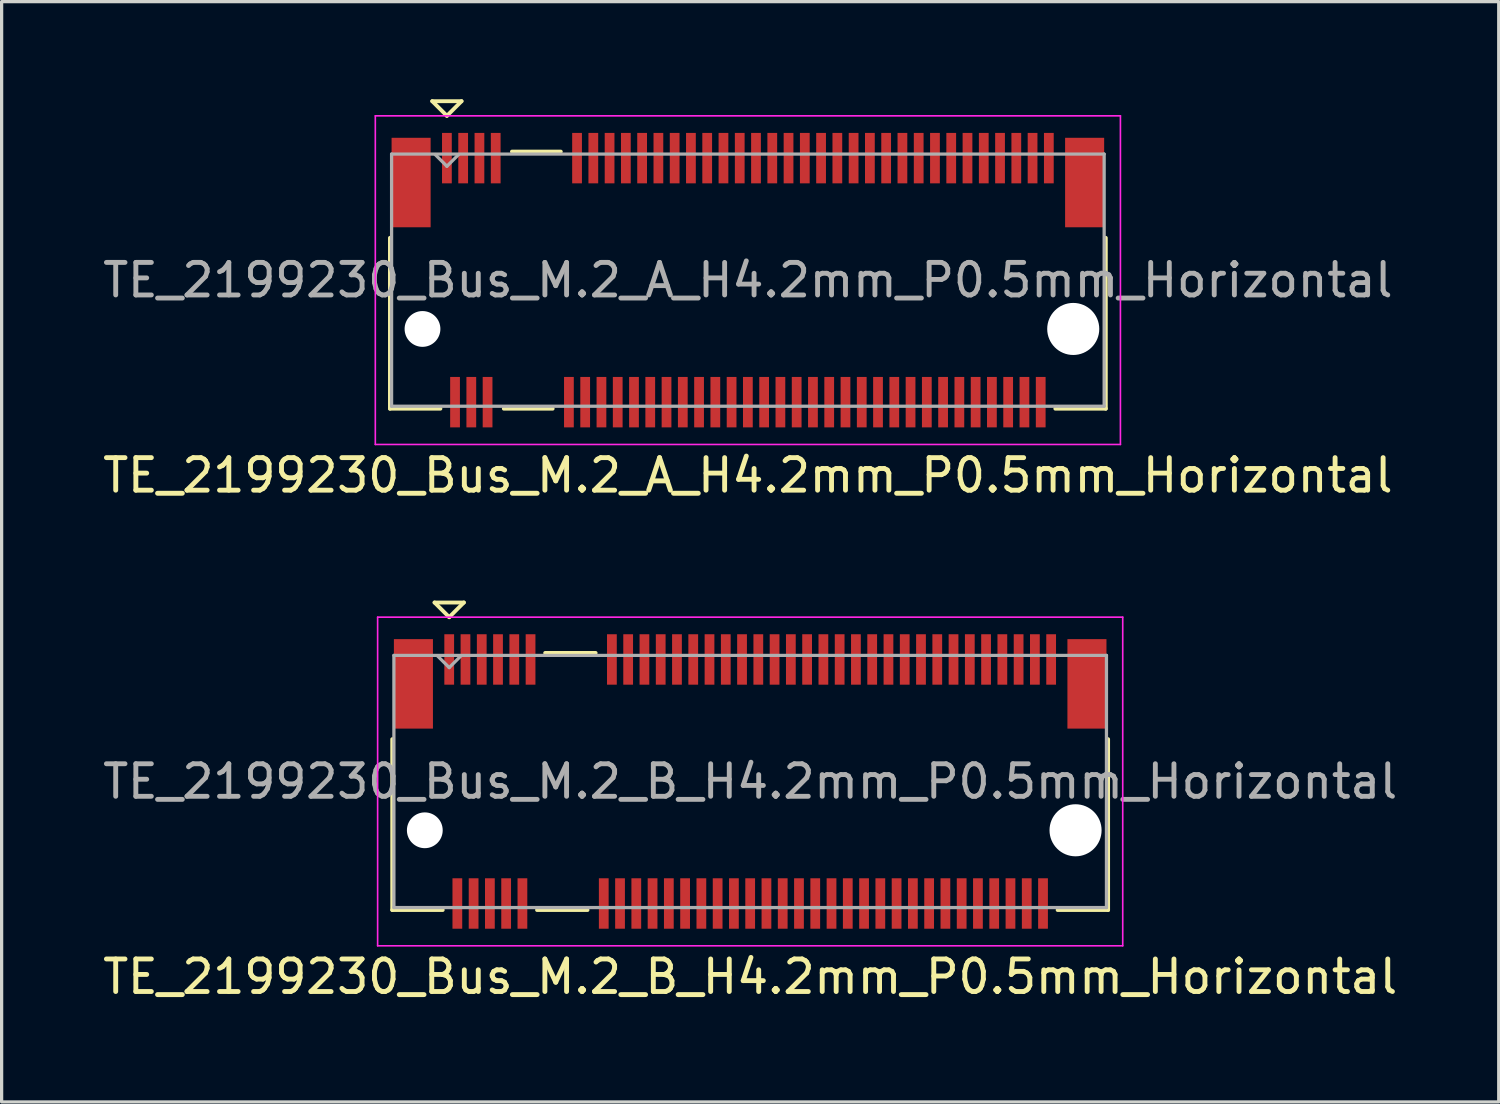
<source format=kicad_pcb>
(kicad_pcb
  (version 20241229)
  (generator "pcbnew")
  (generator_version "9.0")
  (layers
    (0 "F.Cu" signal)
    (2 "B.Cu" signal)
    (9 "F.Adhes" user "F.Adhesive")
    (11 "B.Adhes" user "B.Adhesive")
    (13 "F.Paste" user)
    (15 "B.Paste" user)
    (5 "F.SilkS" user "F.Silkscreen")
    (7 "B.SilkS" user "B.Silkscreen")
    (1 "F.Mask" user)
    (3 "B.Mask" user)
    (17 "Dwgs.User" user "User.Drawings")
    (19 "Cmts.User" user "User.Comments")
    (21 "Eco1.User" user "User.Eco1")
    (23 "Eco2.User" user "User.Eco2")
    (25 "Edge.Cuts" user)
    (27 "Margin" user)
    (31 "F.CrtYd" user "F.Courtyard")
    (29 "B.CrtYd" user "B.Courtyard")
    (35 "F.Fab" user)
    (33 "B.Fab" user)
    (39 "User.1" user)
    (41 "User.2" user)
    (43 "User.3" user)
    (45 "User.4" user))
  (footprint "TE_2199230_Bus_M.2_B_H4.2mm_P0.5mm_Horizontal"
    (layer "F.Cu")
    (at 20.006 20.968)
    (property "Reference" "TE_2199230_Bus_M.2_B_H4.2mm_P0.5mm_Horizontal" (at 0 6 0) (layer "F.SilkS") (effects (font (size 1 1) (thickness 0.15))))
    (attr smd)
    (fp_line (start -11 3.95) (end -11 -1.3) (stroke (width 0.12) (type solid)) (layer "F.SilkS"))
    (fp_line (start -9.7 -5.5) (end -8.8 -5.5) (stroke (width 0.12) (type solid)) (layer "F.SilkS"))
    (fp_line (start -9.45 3.95) (end -11 3.95) (stroke (width 0.12) (type solid)) (layer "F.SilkS"))
    (fp_line (start -9.25 -5.05) (end -9.7 -5.5) (stroke (width 0.12) (type solid)) (layer "F.SilkS"))
    (fp_line (start -8.8 -5.5) (end -9.25 -5.05) (stroke (width 0.12) (type solid)) (layer "F.SilkS"))
    (fp_line (start -5 3.95) (end -6.55 3.95) (stroke (width 0.12) (type solid)) (layer "F.SilkS"))
    (fp_line (start -4.75 -3.95) (end -6.3 -3.95) (stroke (width 0.12) (type solid)) (layer "F.SilkS"))
    (fp_line (start 11 -1.3) (end 11 3.95) (stroke (width 0.12) (type solid)) (layer "F.SilkS"))
    (fp_line (start 11 3.95) (end 9.45 3.95) (stroke (width 0.12) (type solid)) (layer "F.SilkS"))
    (fp_line (start -11.45 -5.05) (end 11.45 -5.05) (stroke (width 0.05) (type solid)) (layer "F.CrtYd"))
    (fp_line (start -11.45 5.05) (end -11.45 -5.05) (stroke (width 0.05) (type solid)) (layer "F.CrtYd"))
    (fp_line (start -11.45 5.05) (end 11.45 5.05) (stroke (width 0.05) (type solid)) (layer "F.CrtYd"))
    (fp_line (start 11.45 -5.05) (end 11.45 5.05) (stroke (width 0.05) (type solid)) (layer "F.CrtYd"))
    (fp_line (start -10.95 -3.875) (end -10.95 3.875) (stroke (width 0.1) (type solid)) (layer "F.Fab"))
    (fp_line (start -10.95 3.875) (end 10.95 3.875) (stroke (width 0.1) (type solid)) (layer "F.Fab"))
    (fp_line (start -9.25 -3.5) (end -9.61 -3.86) (stroke (width 0.1) (type solid)) (layer "F.Fab"))
    (fp_line (start -9.25 -3.5) (end -8.89 -3.86) (stroke (width 0.1) (type solid)) (layer "F.Fab"))
    (fp_line (start 10.95 -3.875) (end -10.95 -3.875) (stroke (width 0.1) (type solid)) (layer "F.Fab"))
    (fp_line (start 10.95 -3.875) (end 10.95 3.875) (stroke (width 0.1) (type solid)) (layer "F.Fab"))
    (fp_text user "${REFERENCE}" (at 0 0 0) (layer "F.Fab") (effects (font (size 1 1) (thickness 0.15))))
    (pad "" np_thru_hole circle (at -10 1.5) (size 1.1 1.1) (drill 1.1) (layers "*.Cu" "*.Mask"))
    (pad "" np_thru_hole circle (at 10 1.5) (size 1.6 1.6) (drill 1.6) (layers "*.Cu" "*.Mask"))
    (pad "1" smd rect (at -9.25 -3.75) (size 0.3 1.55) (layers "F.Cu" "F.Mask" "F.Paste"))
    (pad "2" smd rect (at -9 3.75) (size 0.3 1.55) (layers "F.Cu" "F.Mask" "F.Paste"))
    (pad "3" smd rect (at -8.75 -3.75) (size 0.3 1.55) (layers "F.Cu" "F.Mask" "F.Paste"))
    (pad "4" smd rect (at -8.5 3.75) (size 0.3 1.55) (layers "F.Cu" "F.Mask" "F.Paste"))
    (pad "5" smd rect (at -8.25 -3.75) (size 0.3 1.55) (layers "F.Cu" "F.Mask" "F.Paste"))
    (pad "6" smd rect (at -8 3.75) (size 0.3 1.55) (layers "F.Cu" "F.Mask" "F.Paste"))
    (pad "7" smd rect (at -7.75 -3.75) (size 0.3 1.55) (layers "F.Cu" "F.Mask" "F.Paste"))
    (pad "8" smd rect (at -7.5 3.75) (size 0.3 1.55) (layers "F.Cu" "F.Mask" "F.Paste"))
    (pad "9" smd rect (at -7.25 -3.75) (size 0.3 1.55) (layers "F.Cu" "F.Mask" "F.Paste"))
    (pad "10" smd rect (at -7 3.75) (size 0.3 1.55) (layers "F.Cu" "F.Mask" "F.Paste"))
    (pad "11" smd rect (at -6.75 -3.75) (size 0.3 1.55) (layers "F.Cu" "F.Mask" "F.Paste"))
    (pad "20" smd rect (at -4.5 3.75) (size 0.3 1.55) (layers "F.Cu" "F.Mask" "F.Paste"))
    (pad "21" smd rect (at -4.25 -3.75) (size 0.3 1.55) (layers "F.Cu" "F.Mask" "F.Paste"))
    (pad "22" smd rect (at -4 3.75) (size 0.3 1.55) (layers "F.Cu" "F.Mask" "F.Paste"))
    (pad "23" smd rect (at -3.75 -3.75) (size 0.3 1.55) (layers "F.Cu" "F.Mask" "F.Paste"))
    (pad "24" smd rect (at -3.5 3.75) (size 0.3 1.55) (layers "F.Cu" "F.Mask" "F.Paste"))
    (pad "25" smd rect (at -3.25 -3.75) (size 0.3 1.55) (layers "F.Cu" "F.Mask" "F.Paste"))
    (pad "26" smd rect (at -3 3.75) (size 0.3 1.55) (layers "F.Cu" "F.Mask" "F.Paste"))
    (pad "27" smd rect (at -2.75 -3.75) (size 0.3 1.55) (layers "F.Cu" "F.Mask" "F.Paste"))
    (pad "28" smd rect (at -2.5 3.75) (size 0.3 1.55) (layers "F.Cu" "F.Mask" "F.Paste"))
    (pad "29" smd rect (at -2.25 -3.75) (size 0.3 1.55) (layers "F.Cu" "F.Mask" "F.Paste"))
    (pad "30" smd rect (at -2 3.75) (size 0.3 1.55) (layers "F.Cu" "F.Mask" "F.Paste"))
    (pad "31" smd rect (at -1.75 -3.75) (size 0.3 1.55) (layers "F.Cu" "F.Mask" "F.Paste"))
    (pad "32" smd rect (at -1.5 3.75) (size 0.3 1.55) (layers "F.Cu" "F.Mask" "F.Paste"))
    (pad "33" smd rect (at -1.25 -3.75) (size 0.3 1.55) (layers "F.Cu" "F.Mask" "F.Paste"))
    (pad "34" smd rect (at -1 3.75) (size 0.3 1.55) (layers "F.Cu" "F.Mask" "F.Paste"))
    (pad "35" smd rect (at -0.75 -3.75) (size 0.3 1.55) (layers "F.Cu" "F.Mask" "F.Paste"))
    (pad "36" smd rect (at -0.5 3.75) (size 0.3 1.55) (layers "F.Cu" "F.Mask" "F.Paste"))
    (pad "37" smd rect (at -0.25 -3.75) (size 0.3 1.55) (layers "F.Cu" "F.Mask" "F.Paste"))
    (pad "38" smd rect (at 0 3.75) (size 0.3 1.55) (layers "F.Cu" "F.Mask" "F.Paste"))
    (pad "39" smd rect (at 0.25 -3.75) (size 0.3 1.55) (layers "F.Cu" "F.Mask" "F.Paste"))
    (pad "40" smd rect (at 0.5 3.75) (size 0.3 1.55) (layers "F.Cu" "F.Mask" "F.Paste"))
    (pad "41" smd rect (at 0.75 -3.75) (size 0.3 1.55) (layers "F.Cu" "F.Mask" "F.Paste"))
    (pad "42" smd rect (at 1 3.75) (size 0.3 1.55) (layers "F.Cu" "F.Mask" "F.Paste"))
    (pad "43" smd rect (at 1.25 -3.75) (size 0.3 1.55) (layers "F.Cu" "F.Mask" "F.Paste"))
    (pad "44" smd rect (at 1.5 3.75) (size 0.3 1.55) (layers "F.Cu" "F.Mask" "F.Paste"))
    (pad "45" smd rect (at 1.75 -3.75) (size 0.3 1.55) (layers "F.Cu" "F.Mask" "F.Paste"))
    (pad "46" smd rect (at 2 3.75) (size 0.3 1.55) (layers "F.Cu" "F.Mask" "F.Paste"))
    (pad "47" smd rect (at 2.25 -3.75) (size 0.3 1.55) (layers "F.Cu" "F.Mask" "F.Paste"))
    (pad "48" smd rect (at 2.5 3.75) (size 0.3 1.55) (layers "F.Cu" "F.Mask" "F.Paste"))
    (pad "49" smd rect (at 2.75 -3.75) (size 0.3 1.55) (layers "F.Cu" "F.Mask" "F.Paste"))
    (pad "50" smd rect (at 3 3.75) (size 0.3 1.55) (layers "F.Cu" "F.Mask" "F.Paste"))
    (pad "51" smd rect (at 3.25 -3.75) (size 0.3 1.55) (layers "F.Cu" "F.Mask" "F.Paste"))
    (pad "52" smd rect (at 3.5 3.75) (size 0.3 1.55) (layers "F.Cu" "F.Mask" "F.Paste"))
    (pad "53" smd rect (at 3.75 -3.75) (size 0.3 1.55) (layers "F.Cu" "F.Mask" "F.Paste"))
    (pad "54" smd rect (at 4 3.75) (size 0.3 1.55) (layers "F.Cu" "F.Mask" "F.Paste"))
    (pad "55" smd rect (at 4.25 -3.75) (size 0.3 1.55) (layers "F.Cu" "F.Mask" "F.Paste"))
    (pad "56" smd rect (at 4.5 3.75) (size 0.3 1.55) (layers "F.Cu" "F.Mask" "F.Paste"))
    (pad "57" smd rect (at 4.75 -3.75) (size 0.3 1.55) (layers "F.Cu" "F.Mask" "F.Paste"))
    (pad "58" smd rect (at 5 3.75) (size 0.3 1.55) (layers "F.Cu" "F.Mask" "F.Paste"))
    (pad "59" smd rect (at 5.25 -3.75) (size 0.3 1.55) (layers "F.Cu" "F.Mask" "F.Paste"))
    (pad "60" smd rect (at 5.5 3.75) (size 0.3 1.55) (layers "F.Cu" "F.Mask" "F.Paste"))
    (pad "61" smd rect (at 5.75 -3.75) (size 0.3 1.55) (layers "F.Cu" "F.Mask" "F.Paste"))
    (pad "62" smd rect (at 6 3.75) (size 0.3 1.55) (layers "F.Cu" "F.Mask" "F.Paste"))
    (pad "63" smd rect (at 6.25 -3.75) (size 0.3 1.55) (layers "F.Cu" "F.Mask" "F.Paste"))
    (pad "64" smd rect (at 6.5 3.75) (size 0.3 1.55) (layers "F.Cu" "F.Mask" "F.Paste"))
    (pad "65" smd rect (at 6.75 -3.75) (size 0.3 1.55) (layers "F.Cu" "F.Mask" "F.Paste"))
    (pad "66" smd rect (at 7 3.75) (size 0.3 1.55) (layers "F.Cu" "F.Mask" "F.Paste"))
    (pad "67" smd rect (at 7.25 -3.75) (size 0.3 1.55) (layers "F.Cu" "F.Mask" "F.Paste"))
    (pad "68" smd rect (at 7.5 3.75) (size 0.3 1.55) (layers "F.Cu" "F.Mask" "F.Paste"))
    (pad "69" smd rect (at 7.75 -3.75) (size 0.3 1.55) (layers "F.Cu" "F.Mask" "F.Paste"))
    (pad "70" smd rect (at 8 3.75) (size 0.3 1.55) (layers "F.Cu" "F.Mask" "F.Paste"))
    (pad "71" smd rect (at 8.25 -3.75) (size 0.3 1.55) (layers "F.Cu" "F.Mask" "F.Paste"))
    (pad "72" smd rect (at 8.5 3.75) (size 0.3 1.55) (layers "F.Cu" "F.Mask" "F.Paste"))
    (pad "73" smd rect (at 8.75 -3.75) (size 0.3 1.55) (layers "F.Cu" "F.Mask" "F.Paste"))
    (pad "74" smd rect (at 9 3.75) (size 0.3 1.55) (layers "F.Cu" "F.Mask" "F.Paste"))
    (pad "75" smd rect (at 9.25 -3.75) (size 0.3 1.55) (layers "F.Cu" "F.Mask" "F.Paste"))
    (pad "MP" smd rect (at -10.35 -3) (size 1.2 2.75) (layers "F.Cu" "F.Mask" "F.Paste"))
    (pad "MP" smd rect (at 10.35 -3) (size 1.2 2.75) (layers "F.Cu" "F.Mask" "F.Paste")))
  (footprint "TE_2199230_Bus_M.2_A_H4.2mm_P0.5mm_Horizontal"
    (layer "F.Cu")
    (at 19.935 5.56)
    (property "Reference" "TE_2199230_Bus_M.2_A_H4.2mm_P0.5mm_Horizontal" (at 0 6 0) (layer "F.SilkS") (effects (font (size 1 1) (thickness 0.15))))
    (attr smd)
    (fp_line (start -11 3.95) (end -11 -1.3) (stroke (width 0.12) (type solid)) (layer "F.SilkS"))
    (fp_line (start -9.7 -5.5) (end -8.8 -5.5) (stroke (width 0.12) (type solid)) (layer "F.SilkS"))
    (fp_line (start -9.45 3.95) (end -11 3.95) (stroke (width 0.12) (type solid)) (layer "F.SilkS"))
    (fp_line (start -9.25 -5.05) (end -9.7 -5.5) (stroke (width 0.12) (type solid)) (layer "F.SilkS"))
    (fp_line (start -8.8 -5.5) (end -9.25 -5.05) (stroke (width 0.12) (type solid)) (layer "F.SilkS"))
    (fp_line (start -6 3.95) (end -7.5 3.95) (stroke (width 0.12) (type solid)) (layer "F.SilkS"))
    (fp_line (start -5.75 -3.95) (end -7.25 -3.95) (stroke (width 0.12) (type solid)) (layer "F.SilkS"))
    (fp_line (start 11 -1.3) (end 11 3.95) (stroke (width 0.12) (type solid)) (layer "F.SilkS"))
    (fp_line (start 11 3.95) (end 9.45 3.95) (stroke (width 0.12) (type solid)) (layer "F.SilkS"))
    (fp_line (start -11.45 -5.05) (end 11.45 -5.05) (stroke (width 0.05) (type solid)) (layer "F.CrtYd"))
    (fp_line (start -11.45 5.05) (end -11.45 -5.05) (stroke (width 0.05) (type solid)) (layer "F.CrtYd"))
    (fp_line (start -11.45 5.05) (end 11.45 5.05) (stroke (width 0.05) (type solid)) (layer "F.CrtYd"))
    (fp_line (start 11.45 -5.05) (end 11.45 5.05) (stroke (width 0.05) (type solid)) (layer "F.CrtYd"))
    (fp_line (start -10.95 -3.875) (end -10.95 3.875) (stroke (width 0.1) (type solid)) (layer "F.Fab"))
    (fp_line (start -10.95 3.875) (end 10.95 3.875) (stroke (width 0.1) (type solid)) (layer "F.Fab"))
    (fp_line (start -9.25 -3.5) (end -9.61 -3.86) (stroke (width 0.1) (type solid)) (layer "F.Fab"))
    (fp_line (start -9.25 -3.5) (end -8.89 -3.86) (stroke (width 0.1) (type solid)) (layer "F.Fab"))
    (fp_line (start 10.95 -3.875) (end -10.95 -3.875) (stroke (width 0.1) (type solid)) (layer "F.Fab"))
    (fp_line (start 10.95 -3.875) (end 10.95 3.875) (stroke (width 0.1) (type solid)) (layer "F.Fab"))
    (fp_text user "${REFERENCE}" (at 0 0 0) (layer "F.Fab") (effects (font (size 1 1) (thickness 0.15))))
    (pad "" np_thru_hole circle (at -10 1.5) (size 1.1 1.1) (drill 1.1) (layers "*.Cu" "*.Mask"))
    (pad "" np_thru_hole circle (at 10 1.5) (size 1.6 1.6) (drill 1.6) (layers "*.Cu" "*.Mask"))
    (pad "1" smd rect (at -9.25 -3.75) (size 0.3 1.55) (layers "F.Cu" "F.Mask" "F.Paste"))
    (pad "2" smd rect (at -9 3.75) (size 0.3 1.55) (layers "F.Cu" "F.Mask" "F.Paste"))
    (pad "3" smd rect (at -8.75 -3.75) (size 0.3 1.55) (layers "F.Cu" "F.Mask" "F.Paste"))
    (pad "4" smd rect (at -8.5 3.75) (size 0.3 1.55) (layers "F.Cu" "F.Mask" "F.Paste"))
    (pad "5" smd rect (at -8.25 -3.75) (size 0.3 1.55) (layers "F.Cu" "F.Mask" "F.Paste"))
    (pad "6" smd rect (at -8 3.75) (size 0.3 1.55) (layers "F.Cu" "F.Mask" "F.Paste"))
    (pad "7" smd rect (at -7.75 -3.75) (size 0.3 1.55) (layers "F.Cu" "F.Mask" "F.Paste"))
    (pad "16" smd rect (at -5.5 3.75) (size 0.3 1.55) (layers "F.Cu" "F.Mask" "F.Paste"))
    (pad "17" smd rect (at -5.25 -3.75) (size 0.3 1.55) (layers "F.Cu" "F.Mask" "F.Paste"))
    (pad "18" smd rect (at -5 3.75) (size 0.3 1.55) (layers "F.Cu" "F.Mask" "F.Paste"))
    (pad "19" smd rect (at -4.75 -3.75) (size 0.3 1.55) (layers "F.Cu" "F.Mask" "F.Paste"))
    (pad "20" smd rect (at -4.5 3.75) (size 0.3 1.55) (layers "F.Cu" "F.Mask" "F.Paste"))
    (pad "21" smd rect (at -4.25 -3.75) (size 0.3 1.55) (layers "F.Cu" "F.Mask" "F.Paste"))
    (pad "22" smd rect (at -4 3.75) (size 0.3 1.55) (layers "F.Cu" "F.Mask" "F.Paste"))
    (pad "23" smd rect (at -3.75 -3.75) (size 0.3 1.55) (layers "F.Cu" "F.Mask" "F.Paste"))
    (pad "24" smd rect (at -3.5 3.75) (size 0.3 1.55) (layers "F.Cu" "F.Mask" "F.Paste"))
    (pad "25" smd rect (at -3.25 -3.75) (size 0.3 1.55) (layers "F.Cu" "F.Mask" "F.Paste"))
    (pad "26" smd rect (at -3 3.75) (size 0.3 1.55) (layers "F.Cu" "F.Mask" "F.Paste"))
    (pad "27" smd rect (at -2.75 -3.75) (size 0.3 1.55) (layers "F.Cu" "F.Mask" "F.Paste"))
    (pad "28" smd rect (at -2.5 3.75) (size 0.3 1.55) (layers "F.Cu" "F.Mask" "F.Paste"))
    (pad "29" smd rect (at -2.25 -3.75) (size 0.3 1.55) (layers "F.Cu" "F.Mask" "F.Paste"))
    (pad "30" smd rect (at -2 3.75) (size 0.3 1.55) (layers "F.Cu" "F.Mask" "F.Paste"))
    (pad "31" smd rect (at -1.75 -3.75) (size 0.3 1.55) (layers "F.Cu" "F.Mask" "F.Paste"))
    (pad "32" smd rect (at -1.5 3.75) (size 0.3 1.55) (layers "F.Cu" "F.Mask" "F.Paste"))
    (pad "33" smd rect (at -1.25 -3.75) (size 0.3 1.55) (layers "F.Cu" "F.Mask" "F.Paste"))
    (pad "34" smd rect (at -1 3.75) (size 0.3 1.55) (layers "F.Cu" "F.Mask" "F.Paste"))
    (pad "35" smd rect (at -0.75 -3.75) (size 0.3 1.55) (layers "F.Cu" "F.Mask" "F.Paste"))
    (pad "36" smd rect (at -0.5 3.75) (size 0.3 1.55) (layers "F.Cu" "F.Mask" "F.Paste"))
    (pad "37" smd rect (at -0.25 -3.75) (size 0.3 1.55) (layers "F.Cu" "F.Mask" "F.Paste"))
    (pad "38" smd rect (at 0 3.75) (size 0.3 1.55) (layers "F.Cu" "F.Mask" "F.Paste"))
    (pad "39" smd rect (at 0.25 -3.75) (size 0.3 1.55) (layers "F.Cu" "F.Mask" "F.Paste"))
    (pad "40" smd rect (at 0.5 3.75) (size 0.3 1.55) (layers "F.Cu" "F.Mask" "F.Paste"))
    (pad "41" smd rect (at 0.75 -3.75) (size 0.3 1.55) (layers "F.Cu" "F.Mask" "F.Paste"))
    (pad "42" smd rect (at 1 3.75) (size 0.3 1.55) (layers "F.Cu" "F.Mask" "F.Paste"))
    (pad "43" smd rect (at 1.25 -3.75) (size 0.3 1.55) (layers "F.Cu" "F.Mask" "F.Paste"))
    (pad "44" smd rect (at 1.5 3.75) (size 0.3 1.55) (layers "F.Cu" "F.Mask" "F.Paste"))
    (pad "45" smd rect (at 1.75 -3.75) (size 0.3 1.55) (layers "F.Cu" "F.Mask" "F.Paste"))
    (pad "46" smd rect (at 2 3.75) (size 0.3 1.55) (layers "F.Cu" "F.Mask" "F.Paste"))
    (pad "47" smd rect (at 2.25 -3.75) (size 0.3 1.55) (layers "F.Cu" "F.Mask" "F.Paste"))
    (pad "48" smd rect (at 2.5 3.75) (size 0.3 1.55) (layers "F.Cu" "F.Mask" "F.Paste"))
    (pad "49" smd rect (at 2.75 -3.75) (size 0.3 1.55) (layers "F.Cu" "F.Mask" "F.Paste"))
    (pad "50" smd rect (at 3 3.75) (size 0.3 1.55) (layers "F.Cu" "F.Mask" "F.Paste"))
    (pad "51" smd rect (at 3.25 -3.75) (size 0.3 1.55) (layers "F.Cu" "F.Mask" "F.Paste"))
    (pad "52" smd rect (at 3.5 3.75) (size 0.3 1.55) (layers "F.Cu" "F.Mask" "F.Paste"))
    (pad "53" smd rect (at 3.75 -3.75) (size 0.3 1.55) (layers "F.Cu" "F.Mask" "F.Paste"))
    (pad "54" smd rect (at 4 3.75) (size 0.3 1.55) (layers "F.Cu" "F.Mask" "F.Paste"))
    (pad "55" smd rect (at 4.25 -3.75) (size 0.3 1.55) (layers "F.Cu" "F.Mask" "F.Paste"))
    (pad "56" smd rect (at 4.5 3.75) (size 0.3 1.55) (layers "F.Cu" "F.Mask" "F.Paste"))
    (pad "57" smd rect (at 4.75 -3.75) (size 0.3 1.55) (layers "F.Cu" "F.Mask" "F.Paste"))
    (pad "58" smd rect (at 5 3.75) (size 0.3 1.55) (layers "F.Cu" "F.Mask" "F.Paste"))
    (pad "59" smd rect (at 5.25 -3.75) (size 0.3 1.55) (layers "F.Cu" "F.Mask" "F.Paste"))
    (pad "60" smd rect (at 5.5 3.75) (size 0.3 1.55) (layers "F.Cu" "F.Mask" "F.Paste"))
    (pad "61" smd rect (at 5.75 -3.75) (size 0.3 1.55) (layers "F.Cu" "F.Mask" "F.Paste"))
    (pad "62" smd rect (at 6 3.75) (size 0.3 1.55) (layers "F.Cu" "F.Mask" "F.Paste"))
    (pad "63" smd rect (at 6.25 -3.75) (size 0.3 1.55) (layers "F.Cu" "F.Mask" "F.Paste"))
    (pad "64" smd rect (at 6.5 3.75) (size 0.3 1.55) (layers "F.Cu" "F.Mask" "F.Paste"))
    (pad "65" smd rect (at 6.75 -3.75) (size 0.3 1.55) (layers "F.Cu" "F.Mask" "F.Paste"))
    (pad "66" smd rect (at 7 3.75) (size 0.3 1.55) (layers "F.Cu" "F.Mask" "F.Paste"))
    (pad "67" smd rect (at 7.25 -3.75) (size 0.3 1.55) (layers "F.Cu" "F.Mask" "F.Paste"))
    (pad "68" smd rect (at 7.5 3.75) (size 0.3 1.55) (layers "F.Cu" "F.Mask" "F.Paste"))
    (pad "69" smd rect (at 7.75 -3.75) (size 0.3 1.55) (layers "F.Cu" "F.Mask" "F.Paste"))
    (pad "70" smd rect (at 8 3.75) (size 0.3 1.55) (layers "F.Cu" "F.Mask" "F.Paste"))
    (pad "71" smd rect (at 8.25 -3.75) (size 0.3 1.55) (layers "F.Cu" "F.Mask" "F.Paste"))
    (pad "72" smd rect (at 8.5 3.75) (size 0.3 1.55) (layers "F.Cu" "F.Mask" "F.Paste"))
    (pad "73" smd rect (at 8.75 -3.75) (size 0.3 1.55) (layers "F.Cu" "F.Mask" "F.Paste"))
    (pad "74" smd rect (at 9 3.75) (size 0.3 1.55) (layers "F.Cu" "F.Mask" "F.Paste"))
    (pad "75" smd rect (at 9.25 -3.75) (size 0.3 1.55) (layers "F.Cu" "F.Mask" "F.Paste"))
    (pad "MP" smd rect (at -10.35 -3) (size 1.2 2.75) (layers "F.Cu" "F.Mask" "F.Paste"))
    (pad "MP" smd rect (at 10.35 -3) (size 1.2 2.75) (layers "F.Cu" "F.Mask" "F.Paste")))
  (gr_rect
    (start -3 -3)
    (end 43.012 30.817)
    (stroke (width 0.1) (type default))
    (fill no)
    (layer "Edge.Cuts")))
</source>
